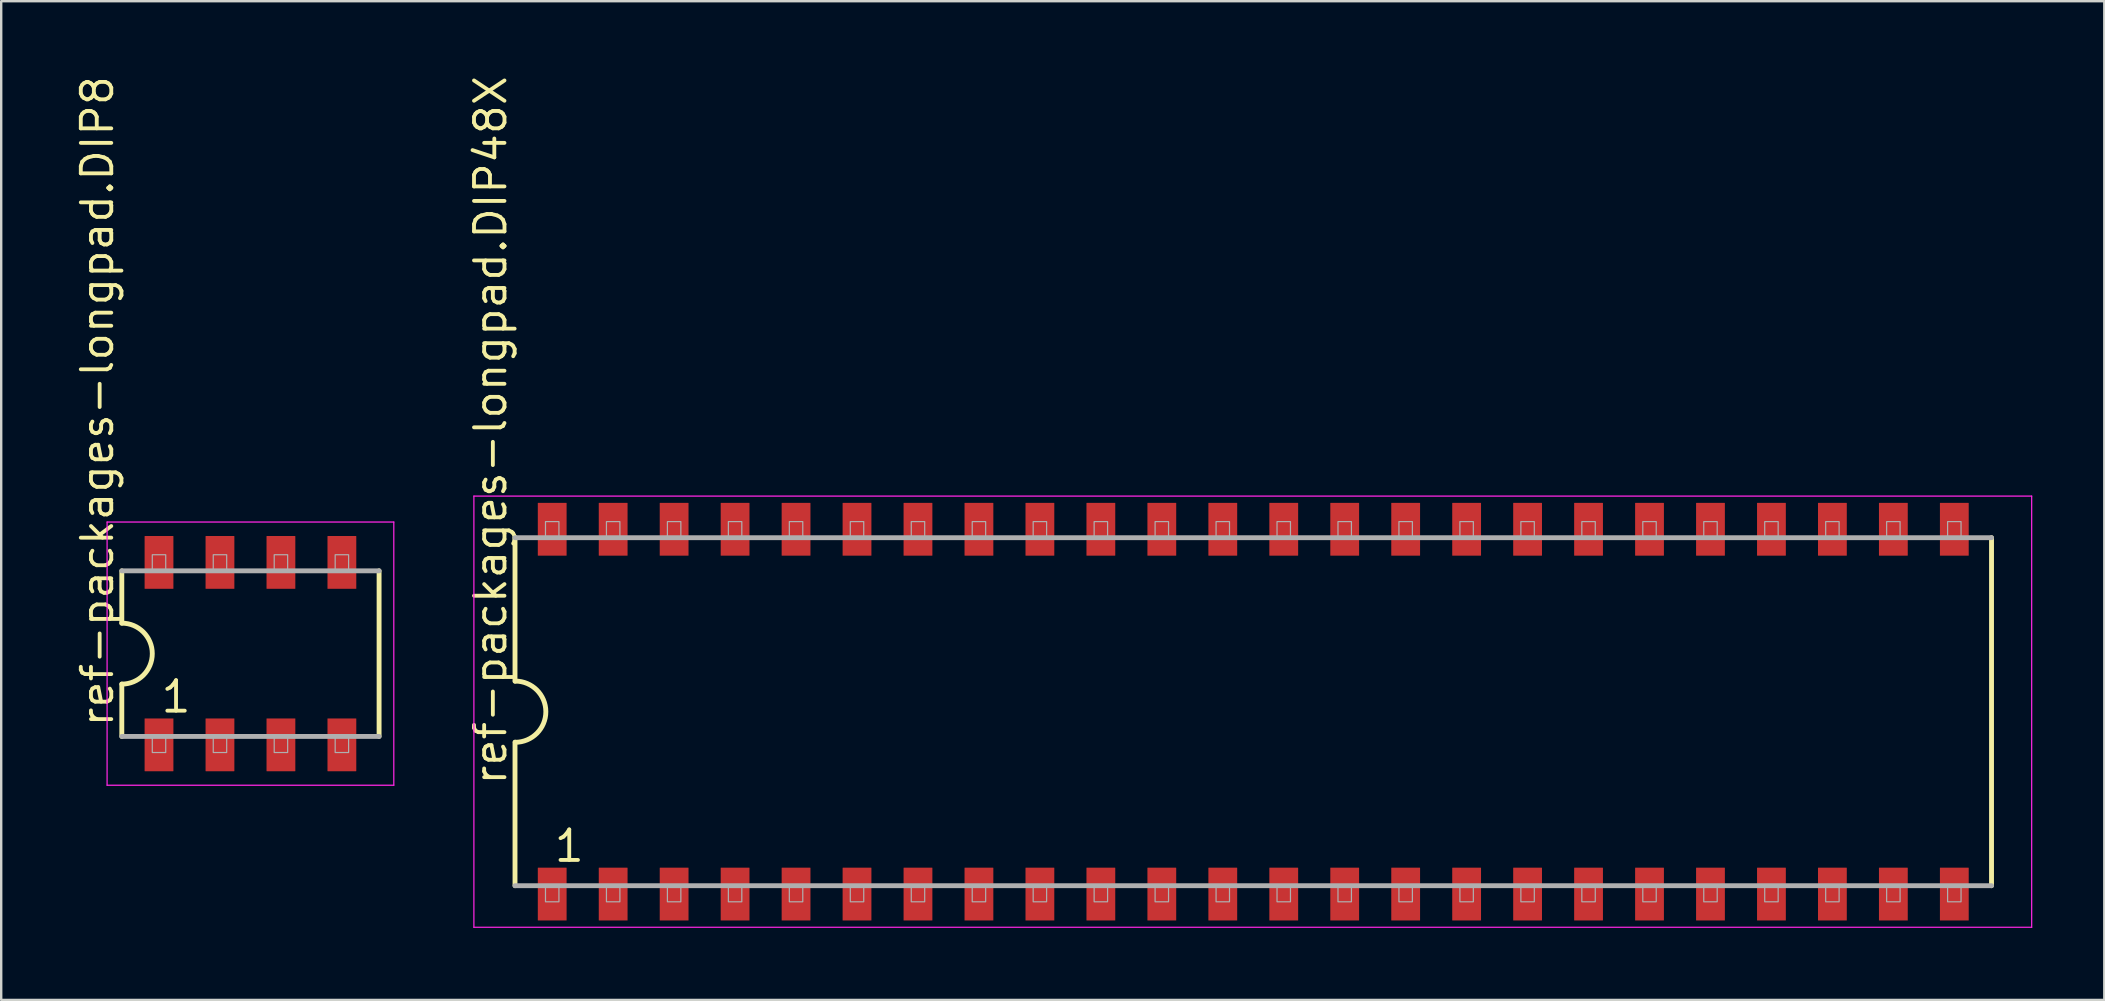
<source format=kicad_pcb>
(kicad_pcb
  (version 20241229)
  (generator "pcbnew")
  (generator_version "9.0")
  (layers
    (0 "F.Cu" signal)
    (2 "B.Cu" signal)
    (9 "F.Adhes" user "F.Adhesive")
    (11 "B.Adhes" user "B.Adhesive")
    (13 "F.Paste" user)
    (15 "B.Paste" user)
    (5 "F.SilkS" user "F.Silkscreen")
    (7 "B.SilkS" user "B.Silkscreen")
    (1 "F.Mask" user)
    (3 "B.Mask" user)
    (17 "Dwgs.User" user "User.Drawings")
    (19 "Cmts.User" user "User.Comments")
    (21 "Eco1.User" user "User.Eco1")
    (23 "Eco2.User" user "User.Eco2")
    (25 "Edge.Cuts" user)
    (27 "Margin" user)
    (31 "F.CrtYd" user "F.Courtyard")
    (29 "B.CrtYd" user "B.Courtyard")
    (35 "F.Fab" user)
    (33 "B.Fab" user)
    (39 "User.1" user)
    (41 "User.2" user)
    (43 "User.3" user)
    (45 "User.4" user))
  (footprint "ref-packages-longpad.DIP8"
    (layer "F.Cu")
    (at 7.385 24.184)
    (property "Reference" "ref-packages-longpad.DIP8" (at -5.635 3.135 90) (layer "F.SilkS") (effects (font (size 1.27 1.27) (thickness 0.16)) (justify left bottom)))
    (attr smd)
    (fp_line (start -5.36 -3.45) (end -5.36 -1.27) (stroke (width 0.203) (type default)) (layer "F.SilkS"))
    (fp_line (start -5.36 1.27) (end -5.36 3.45) (stroke (width 0.203) (type default)) (layer "F.SilkS"))
    (fp_line (start 5.36 3.45) (end 5.36 -3.45) (stroke (width 0.203) (type default)) (layer "F.SilkS"))
    (fp_arc (start -5.36 -1.27) (mid -4.09 0) (end -5.36 1.27) (stroke (width 0.2032) (type default)) (layer "F.SilkS"))
    (fp_line (start -5.973 -5.483) (end 5.973 -5.483) (stroke (width 0.051) (type default)) (layer "F.CrtYd"))
    (fp_line (start -5.973 5.483) (end -5.973 -5.483) (stroke (width 0.051) (type default)) (layer "F.CrtYd"))
    (fp_line (start 5.973 -5.483) (end 5.973 5.483) (stroke (width 0.051) (type default)) (layer "F.CrtYd"))
    (fp_line (start 5.973 5.483) (end -5.973 5.483) (stroke (width 0.051) (type default)) (layer "F.CrtYd"))
    (fp_line (start -5.36 3.45) (end 5.36 3.45) (stroke (width 0.203) (type default)) (layer "F.Fab"))
    (fp_line (start 5.36 -3.45) (end -5.36 -3.45) (stroke (width 0.203) (type default)) (layer "F.Fab"))
    (fp_rect (start -4.09 -3.45) (end -3.53 -4.12) (stroke (width 0.05) (type default)) (fill no) (layer "F.Fab"))
    (fp_rect (start -4.09 4.12) (end -3.53 3.45) (stroke (width 0.05) (type default)) (fill no) (layer "F.Fab"))
    (fp_rect (start -1.55 -3.45) (end -0.99 -4.12) (stroke (width 0.05) (type default)) (fill no) (layer "F.Fab"))
    (fp_rect (start -1.55 4.12) (end -0.99 3.45) (stroke (width 0.05) (type default)) (fill no) (layer "F.Fab"))
    (fp_rect (start 0.99 -3.45) (end 1.55 -4.12) (stroke (width 0.05) (type default)) (fill no) (layer "F.Fab"))
    (fp_rect (start 0.99 4.12) (end 1.55 3.45) (stroke (width 0.05) (type default)) (fill no) (layer "F.Fab"))
    (fp_rect (start 3.53 -3.45) (end 4.09 -4.12) (stroke (width 0.05) (type default)) (fill no) (layer "F.Fab"))
    (fp_rect (start 3.53 4.12) (end 4.09 3.45) (stroke (width 0.05) (type default)) (fill no) (layer "F.Fab"))
    (fp_text user "1" (at -3.81 2.54 0) (layer "F.SilkS") (effects (font (size 1.27 1.27) (thickness 0.16)) (justify left bottom)))
    (pad "1" smd roundrect (at -3.81 3.8) (size 1.2 2.2) (layers "F.Cu" "F.Mask" "F.Paste") (roundrect_rratio 0.01))
    (pad "2" smd roundrect (at -1.27 3.8) (size 1.2 2.2) (layers "F.Cu" "F.Mask" "F.Paste") (roundrect_rratio 0.01))
    (pad "3" smd roundrect (at 1.27 3.8) (size 1.2 2.2) (layers "F.Cu" "F.Mask" "F.Paste") (roundrect_rratio 0.01))
    (pad "4" smd roundrect (at 3.81 3.8) (size 1.2 2.2) (layers "F.Cu" "F.Mask" "F.Paste") (roundrect_rratio 0.01))
    (pad "5" smd roundrect (at 3.81 -3.8) (size 1.2 2.2) (layers "F.Cu" "F.Mask" "F.Paste") (roundrect_rratio 0.01))
    (pad "6" smd roundrect (at 1.27 -3.8) (size 1.2 2.2) (layers "F.Cu" "F.Mask" "F.Paste") (roundrect_rratio 0.01))
    (pad "7" smd roundrect (at -1.27 -3.8) (size 1.2 2.2) (layers "F.Cu" "F.Mask" "F.Paste") (roundrect_rratio 0.01))
    (pad "8" smd roundrect (at -3.81 -3.8) (size 1.2 2.2) (layers "F.Cu" "F.Mask" "F.Paste") (roundrect_rratio 0.01)))
  (footprint "ref-packages-longpad.DIP48X"
    (layer "F.Cu")
    (at 49.168 26.603)
    (property "Reference" "ref-packages-longpad.DIP48X" (at -31.035 3.135 90) (layer "F.SilkS") (effects (font (size 1.27 1.27) (thickness 0.16)) (justify left bottom)))
    (attr smd)
    (fp_line (start -30.76 -7.25) (end -30.76 -1.27) (stroke (width 0.203) (type default)) (layer "F.SilkS"))
    (fp_line (start -30.76 1.27) (end -30.76 7.25) (stroke (width 0.203) (type default)) (layer "F.SilkS"))
    (fp_line (start 30.76 7.25) (end 30.76 -7.25) (stroke (width 0.203) (type default)) (layer "F.SilkS"))
    (fp_arc (start -30.75 -1.275) (mid -29.475 0) (end -30.75 1.275) (stroke (width 0.2032) (type default)) (layer "F.SilkS"))
    (fp_line (start -32.473 -8.983) (end 32.433 -8.983) (stroke (width 0.051) (type default)) (layer "F.CrtYd"))
    (fp_line (start -32.473 8.983) (end -32.473 -8.983) (stroke (width 0.051) (type default)) (layer "F.CrtYd"))
    (fp_line (start 32.433 -8.983) (end 32.433 8.983) (stroke (width 0.051) (type default)) (layer "F.CrtYd"))
    (fp_line (start 32.433 8.983) (end -32.473 8.983) (stroke (width 0.051) (type default)) (layer "F.CrtYd"))
    (fp_line (start -30.76 7.25) (end 30.76 7.25) (stroke (width 0.203) (type default)) (layer "F.Fab"))
    (fp_line (start 30.76 -7.25) (end -30.76 -7.25) (stroke (width 0.203) (type default)) (layer "F.Fab"))
    (fp_rect (start -29.49 -7.25) (end -28.93 -7.92) (stroke (width 0.05) (type default)) (fill no) (layer "F.Fab"))
    (fp_rect (start -29.49 7.92) (end -28.93 7.25) (stroke (width 0.05) (type default)) (fill no) (layer "F.Fab"))
    (fp_rect (start -26.95 -7.25) (end -26.39 -7.92) (stroke (width 0.05) (type default)) (fill no) (layer "F.Fab"))
    (fp_rect (start -26.95 7.92) (end -26.39 7.25) (stroke (width 0.05) (type default)) (fill no) (layer "F.Fab"))
    (fp_rect (start -24.41 -7.25) (end -23.85 -7.92) (stroke (width 0.05) (type default)) (fill no) (layer "F.Fab"))
    (fp_rect (start -24.41 7.92) (end -23.85 7.25) (stroke (width 0.05) (type default)) (fill no) (layer "F.Fab"))
    (fp_rect (start -21.87 -7.25) (end -21.31 -7.92) (stroke (width 0.05) (type default)) (fill no) (layer "F.Fab"))
    (fp_rect (start -21.87 7.92) (end -21.31 7.25) (stroke (width 0.05) (type default)) (fill no) (layer "F.Fab"))
    (fp_rect (start -19.33 -7.25) (end -18.77 -7.92) (stroke (width 0.05) (type default)) (fill no) (layer "F.Fab"))
    (fp_rect (start -19.33 7.92) (end -18.77 7.25) (stroke (width 0.05) (type default)) (fill no) (layer "F.Fab"))
    (fp_rect (start -16.79 -7.25) (end -16.23 -7.92) (stroke (width 0.05) (type default)) (fill no) (layer "F.Fab"))
    (fp_rect (start -16.79 7.92) (end -16.23 7.25) (stroke (width 0.05) (type default)) (fill no) (layer "F.Fab"))
    (fp_rect (start -14.25 -7.25) (end -13.69 -7.92) (stroke (width 0.05) (type default)) (fill no) (layer "F.Fab"))
    (fp_rect (start -14.25 7.92) (end -13.69 7.25) (stroke (width 0.05) (type default)) (fill no) (layer "F.Fab"))
    (fp_rect (start -11.71 -7.25) (end -11.15 -7.92) (stroke (width 0.05) (type default)) (fill no) (layer "F.Fab"))
    (fp_rect (start -11.71 7.92) (end -11.15 7.25) (stroke (width 0.05) (type default)) (fill no) (layer "F.Fab"))
    (fp_rect (start -9.17 -7.25) (end -8.61 -7.92) (stroke (width 0.05) (type default)) (fill no) (layer "F.Fab"))
    (fp_rect (start -9.17 7.92) (end -8.61 7.25) (stroke (width 0.05) (type default)) (fill no) (layer "F.Fab"))
    (fp_rect (start -6.63 -7.25) (end -6.07 -7.92) (stroke (width 0.05) (type default)) (fill no) (layer "F.Fab"))
    (fp_rect (start -6.63 7.92) (end -6.07 7.25) (stroke (width 0.05) (type default)) (fill no) (layer "F.Fab"))
    (fp_rect (start -4.09 -7.25) (end -3.53 -7.92) (stroke (width 0.05) (type default)) (fill no) (layer "F.Fab"))
    (fp_rect (start -4.09 7.92) (end -3.53 7.25) (stroke (width 0.05) (type default)) (fill no) (layer "F.Fab"))
    (fp_rect (start -1.55 -7.25) (end -0.99 -7.92) (stroke (width 0.05) (type default)) (fill no) (layer "F.Fab"))
    (fp_rect (start -1.55 7.92) (end -0.99 7.25) (stroke (width 0.05) (type default)) (fill no) (layer "F.Fab"))
    (fp_rect (start 0.99 -7.25) (end 1.55 -7.92) (stroke (width 0.05) (type default)) (fill no) (layer "F.Fab"))
    (fp_rect (start 0.99 7.92) (end 1.55 7.25) (stroke (width 0.05) (type default)) (fill no) (layer "F.Fab"))
    (fp_rect (start 3.53 -7.25) (end 4.09 -7.92) (stroke (width 0.05) (type default)) (fill no) (layer "F.Fab"))
    (fp_rect (start 3.53 7.92) (end 4.09 7.25) (stroke (width 0.05) (type default)) (fill no) (layer "F.Fab"))
    (fp_rect (start 6.07 -7.25) (end 6.63 -7.92) (stroke (width 0.05) (type default)) (fill no) (layer "F.Fab"))
    (fp_rect (start 6.07 7.92) (end 6.63 7.25) (stroke (width 0.05) (type default)) (fill no) (layer "F.Fab"))
    (fp_rect (start 8.61 -7.25) (end 9.17 -7.92) (stroke (width 0.05) (type default)) (fill no) (layer "F.Fab"))
    (fp_rect (start 8.61 7.92) (end 9.17 7.25) (stroke (width 0.05) (type default)) (fill no) (layer "F.Fab"))
    (fp_rect (start 11.15 -7.25) (end 11.71 -7.92) (stroke (width 0.05) (type default)) (fill no) (layer "F.Fab"))
    (fp_rect (start 11.15 7.92) (end 11.71 7.25) (stroke (width 0.05) (type default)) (fill no) (layer "F.Fab"))
    (fp_rect (start 13.69 -7.25) (end 14.25 -7.92) (stroke (width 0.05) (type default)) (fill no) (layer "F.Fab"))
    (fp_rect (start 13.69 7.92) (end 14.25 7.25) (stroke (width 0.05) (type default)) (fill no) (layer "F.Fab"))
    (fp_rect (start 16.23 -7.25) (end 16.79 -7.92) (stroke (width 0.05) (type default)) (fill no) (layer "F.Fab"))
    (fp_rect (start 16.23 7.92) (end 16.79 7.25) (stroke (width 0.05) (type default)) (fill no) (layer "F.Fab"))
    (fp_rect (start 18.77 -7.25) (end 19.33 -7.92) (stroke (width 0.05) (type default)) (fill no) (layer "F.Fab"))
    (fp_rect (start 18.77 7.92) (end 19.33 7.25) (stroke (width 0.05) (type default)) (fill no) (layer "F.Fab"))
    (fp_rect (start 21.31 -7.25) (end 21.87 -7.92) (stroke (width 0.05) (type default)) (fill no) (layer "F.Fab"))
    (fp_rect (start 21.31 7.92) (end 21.87 7.25) (stroke (width 0.05) (type default)) (fill no) (layer "F.Fab"))
    (fp_rect (start 23.85 -7.25) (end 24.41 -7.92) (stroke (width 0.05) (type default)) (fill no) (layer "F.Fab"))
    (fp_rect (start 23.85 7.92) (end 24.41 7.25) (stroke (width 0.05) (type default)) (fill no) (layer "F.Fab"))
    (fp_rect (start 26.39 -7.25) (end 26.95 -7.92) (stroke (width 0.05) (type default)) (fill no) (layer "F.Fab"))
    (fp_rect (start 26.39 7.92) (end 26.95 7.25) (stroke (width 0.05) (type default)) (fill no) (layer "F.Fab"))
    (fp_rect (start 28.93 -7.25) (end 29.49 -7.92) (stroke (width 0.05) (type default)) (fill no) (layer "F.Fab"))
    (fp_rect (start 28.93 7.92) (end 29.49 7.25) (stroke (width 0.05) (type default)) (fill no) (layer "F.Fab"))
    (fp_text user "1" (at -29.21 6.34 0) (layer "F.SilkS") (effects (font (size 1.27 1.27) (thickness 0.16)) (justify left bottom)))
    (pad "1" smd roundrect (at -29.21 7.6) (size 1.2 2.2) (layers "F.Cu" "F.Mask" "F.Paste") (roundrect_rratio 0.01))
    (pad "2" smd roundrect (at -26.67 7.6) (size 1.2 2.2) (layers "F.Cu" "F.Mask" "F.Paste") (roundrect_rratio 0.01))
    (pad "3" smd roundrect (at -24.13 7.6) (size 1.2 2.2) (layers "F.Cu" "F.Mask" "F.Paste") (roundrect_rratio 0.01))
    (pad "4" smd roundrect (at -21.59 7.6) (size 1.2 2.2) (layers "F.Cu" "F.Mask" "F.Paste") (roundrect_rratio 0.01))
    (pad "5" smd roundrect (at -19.05 7.6) (size 1.2 2.2) (layers "F.Cu" "F.Mask" "F.Paste") (roundrect_rratio 0.01))
    (pad "6" smd roundrect (at -16.51 7.6) (size 1.2 2.2) (layers "F.Cu" "F.Mask" "F.Paste") (roundrect_rratio 0.01))
    (pad "7" smd roundrect (at -13.97 7.6) (size 1.2 2.2) (layers "F.Cu" "F.Mask" "F.Paste") (roundrect_rratio 0.01))
    (pad "8" smd roundrect (at -11.43 7.6) (size 1.2 2.2) (layers "F.Cu" "F.Mask" "F.Paste") (roundrect_rratio 0.01))
    (pad "9" smd roundrect (at -8.89 7.6) (size 1.2 2.2) (layers "F.Cu" "F.Mask" "F.Paste") (roundrect_rratio 0.01))
    (pad "10" smd roundrect (at -6.35 7.6) (size 1.2 2.2) (layers "F.Cu" "F.Mask" "F.Paste") (roundrect_rratio 0.01))
    (pad "11" smd roundrect (at -3.81 7.6) (size 1.2 2.2) (layers "F.Cu" "F.Mask" "F.Paste") (roundrect_rratio 0.01))
    (pad "12" smd roundrect (at -1.27 7.6) (size 1.2 2.2) (layers "F.Cu" "F.Mask" "F.Paste") (roundrect_rratio 0.01))
    (pad "13" smd roundrect (at 1.27 7.6) (size 1.2 2.2) (layers "F.Cu" "F.Mask" "F.Paste") (roundrect_rratio 0.01))
    (pad "14" smd roundrect (at 3.81 7.6) (size 1.2 2.2) (layers "F.Cu" "F.Mask" "F.Paste") (roundrect_rratio 0.01))
    (pad "15" smd roundrect (at 6.35 7.6) (size 1.2 2.2) (layers "F.Cu" "F.Mask" "F.Paste") (roundrect_rratio 0.01))
    (pad "16" smd roundrect (at 8.89 7.6) (size 1.2 2.2) (layers "F.Cu" "F.Mask" "F.Paste") (roundrect_rratio 0.01))
    (pad "17" smd roundrect (at 11.43 7.6) (size 1.2 2.2) (layers "F.Cu" "F.Mask" "F.Paste") (roundrect_rratio 0.01))
    (pad "18" smd roundrect (at 13.97 7.6) (size 1.2 2.2) (layers "F.Cu" "F.Mask" "F.Paste") (roundrect_rratio 0.01))
    (pad "19" smd roundrect (at 16.51 7.6) (size 1.2 2.2) (layers "F.Cu" "F.Mask" "F.Paste") (roundrect_rratio 0.01))
    (pad "20" smd roundrect (at 19.05 7.6) (size 1.2 2.2) (layers "F.Cu" "F.Mask" "F.Paste") (roundrect_rratio 0.01))
    (pad "21" smd roundrect (at 21.59 7.6) (size 1.2 2.2) (layers "F.Cu" "F.Mask" "F.Paste") (roundrect_rratio 0.01))
    (pad "22" smd roundrect (at 24.13 7.6) (size 1.2 2.2) (layers "F.Cu" "F.Mask" "F.Paste") (roundrect_rratio 0.01))
    (pad "23" smd roundrect (at 26.67 7.6) (size 1.2 2.2) (layers "F.Cu" "F.Mask" "F.Paste") (roundrect_rratio 0.01))
    (pad "24" smd roundrect (at 29.21 7.6) (size 1.2 2.2) (layers "F.Cu" "F.Mask" "F.Paste") (roundrect_rratio 0.01))
    (pad "25" smd roundrect (at 29.21 -7.6) (size 1.2 2.2) (layers "F.Cu" "F.Mask" "F.Paste") (roundrect_rratio 0.01))
    (pad "26" smd roundrect (at 26.67 -7.6) (size 1.2 2.2) (layers "F.Cu" "F.Mask" "F.Paste") (roundrect_rratio 0.01))
    (pad "27" smd roundrect (at 24.13 -7.6) (size 1.2 2.2) (layers "F.Cu" "F.Mask" "F.Paste") (roundrect_rratio 0.01))
    (pad "28" smd roundrect (at 21.59 -7.6) (size 1.2 2.2) (layers "F.Cu" "F.Mask" "F.Paste") (roundrect_rratio 0.01))
    (pad "29" smd roundrect (at 19.05 -7.6) (size 1.2 2.2) (layers "F.Cu" "F.Mask" "F.Paste") (roundrect_rratio 0.01))
    (pad "30" smd roundrect (at 16.51 -7.6) (size 1.2 2.2) (layers "F.Cu" "F.Mask" "F.Paste") (roundrect_rratio 0.01))
    (pad "31" smd roundrect (at 13.97 -7.6) (size 1.2 2.2) (layers "F.Cu" "F.Mask" "F.Paste") (roundrect_rratio 0.01))
    (pad "32" smd roundrect (at 11.43 -7.6) (size 1.2 2.2) (layers "F.Cu" "F.Mask" "F.Paste") (roundrect_rratio 0.01))
    (pad "33" smd roundrect (at 8.89 -7.6) (size 1.2 2.2) (layers "F.Cu" "F.Mask" "F.Paste") (roundrect_rratio 0.01))
    (pad "34" smd roundrect (at 6.35 -7.6) (size 1.2 2.2) (layers "F.Cu" "F.Mask" "F.Paste") (roundrect_rratio 0.01))
    (pad "35" smd roundrect (at 3.81 -7.6) (size 1.2 2.2) (layers "F.Cu" "F.Mask" "F.Paste") (roundrect_rratio 0.01))
    (pad "36" smd roundrect (at 1.27 -7.6) (size 1.2 2.2) (layers "F.Cu" "F.Mask" "F.Paste") (roundrect_rratio 0.01))
    (pad "37" smd roundrect (at -1.27 -7.6) (size 1.2 2.2) (layers "F.Cu" "F.Mask" "F.Paste") (roundrect_rratio 0.01))
    (pad "38" smd roundrect (at -3.81 -7.6) (size 1.2 2.2) (layers "F.Cu" "F.Mask" "F.Paste") (roundrect_rratio 0.01))
    (pad "39" smd roundrect (at -6.35 -7.6) (size 1.2 2.2) (layers "F.Cu" "F.Mask" "F.Paste") (roundrect_rratio 0.01))
    (pad "40" smd roundrect (at -8.89 -7.6) (size 1.2 2.2) (layers "F.Cu" "F.Mask" "F.Paste") (roundrect_rratio 0.01))
    (pad "41" smd roundrect (at -11.43 -7.6) (size 1.2 2.2) (layers "F.Cu" "F.Mask" "F.Paste") (roundrect_rratio 0.01))
    (pad "42" smd roundrect (at -13.97 -7.6) (size 1.2 2.2) (layers "F.Cu" "F.Mask" "F.Paste") (roundrect_rratio 0.01))
    (pad "43" smd roundrect (at -16.51 -7.6) (size 1.2 2.2) (layers "F.Cu" "F.Mask" "F.Paste") (roundrect_rratio 0.01))
    (pad "44" smd roundrect (at -19.05 -7.6) (size 1.2 2.2) (layers "F.Cu" "F.Mask" "F.Paste") (roundrect_rratio 0.01))
    (pad "45" smd roundrect (at -21.59 -7.6) (size 1.2 2.2) (layers "F.Cu" "F.Mask" "F.Paste") (roundrect_rratio 0.01))
    (pad "46" smd roundrect (at -24.13 -7.6) (size 1.2 2.2) (layers "F.Cu" "F.Mask" "F.Paste") (roundrect_rratio 0.01))
    (pad "47" smd roundrect (at -26.67 -7.6) (size 1.2 2.2) (layers "F.Cu" "F.Mask" "F.Paste") (roundrect_rratio 0.01))
    (pad "48" smd roundrect (at -29.21 -7.6) (size 1.2 2.2) (layers "F.Cu" "F.Mask" "F.Paste") (roundrect_rratio 0.01)))
  (gr_rect
    (start -3 -3)
    (end 84.627 38.612)
    (stroke (width 0.1) (type default))
    (fill no)
    (layer "Edge.Cuts")))
</source>
